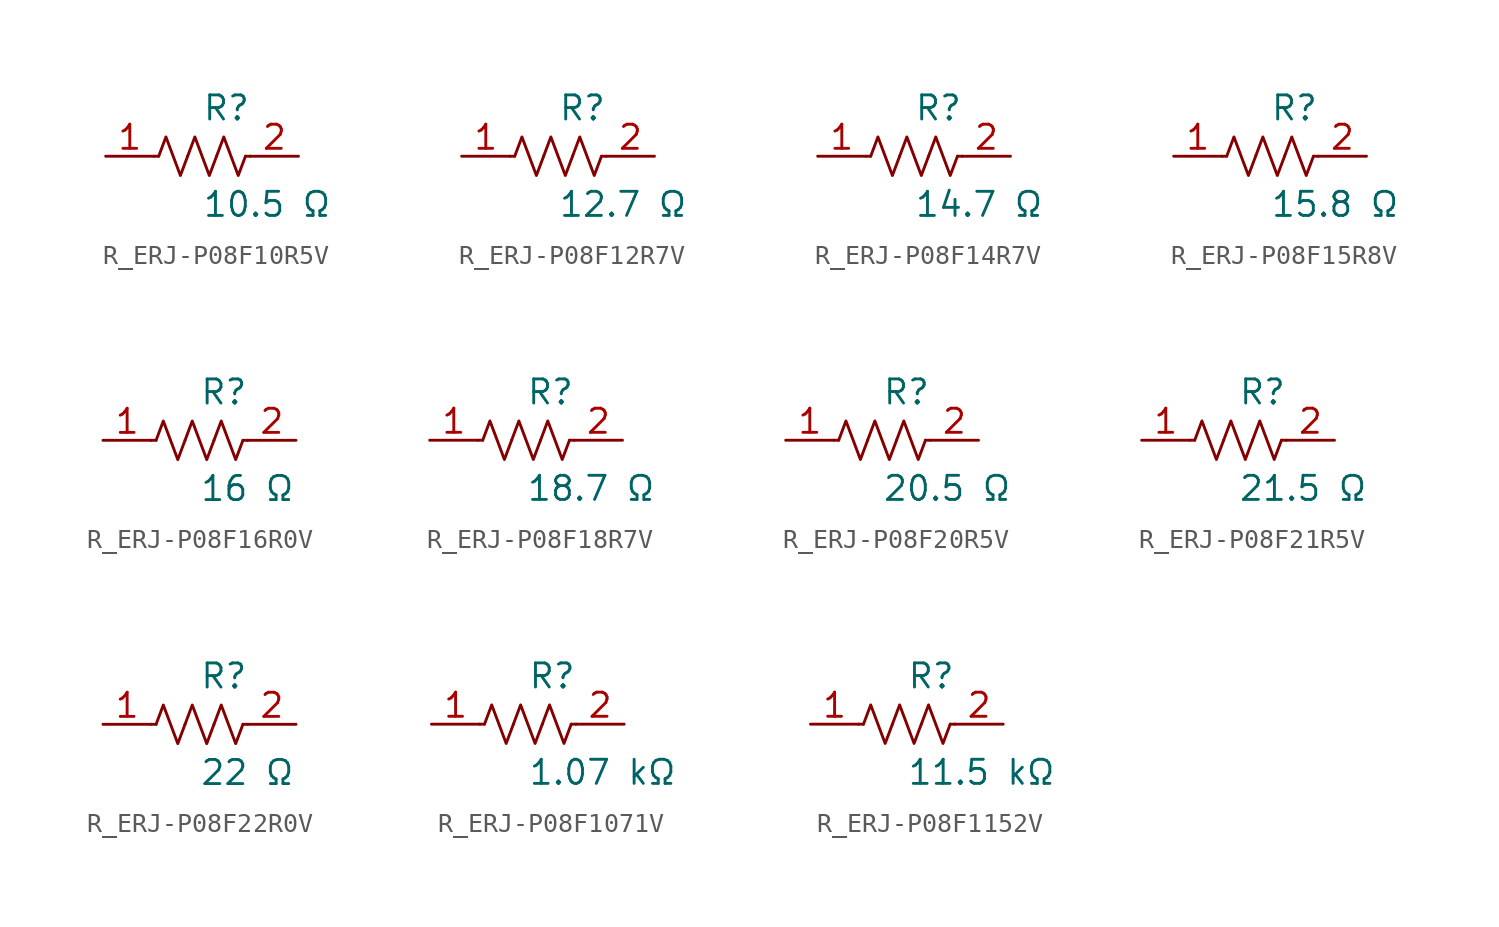
<source format=kicad_sym>
(kicad_symbol_lib
  (version 20231120)
  (generator kicad_symbol_editor)
  (generator_version 8.0)
  (symbol "R_ERJ-P08F10R5V"
    (pin_names
      (offset 0.254))
    (property "Reference" "R"
      (at 0.0 2.54 0)
      (effects (font (size 1.27 1.27)) (justify left)))
    (property "Value" "10.5 Ω"
      (at 0.0 -2.54 0)
      (effects (font (size 1.27 1.27)) (justify left)))
    (symbol "R_ERJ-P08F10R5V_0_1"
      (polyline (pts (xy 2.286 0) (xy 2.54 0)) (stroke (width 0) (type default)) (fill (type none)))
      (polyline (pts (xy -2.286 0) (xy -2.54 0)) (stroke (width 0) (type default)) (fill (type none)))
      (polyline (pts (xy 0.762 0) (xy 1.143 1.016) (xy 1.524 0) (xy 1.905 -1.016) (xy 2.286 0)) (stroke (width 0) (type default)) (fill (type none)))
      (polyline (pts (xy -0.762 0) (xy -0.381 1.016) (xy 0 0) (xy 0.381 -1.016) (xy 0.762 0)) (stroke (width 0) (type default)) (fill (type none)))
      (polyline (pts (xy -2.286 0) (xy -1.905 1.016) (xy -1.524 0) (xy -1.143 -1.016) (xy -0.762 0)) (stroke (width 0) (type default)) (fill (type none))))
    (pin unspecified line
      (at -5.08 0 0)
      (length 2.54)
      (name "" (effects (font (size 1.27 1.27))))
      (number "1" (effects (font (size 1.27 1.27)))))
    (pin unspecified line
      (at 5.08 0 180)
      (length 2.54)
      (name "" (effects (font (size 1.27 1.27))))
      (number "2" (effects (font (size 1.27 1.27))))))
  (symbol "R_ERJ-P08F12R7V"
    (pin_names
      (offset 0.254))
    (property "Reference" "R"
      (at 0.0 2.54 0)
      (effects (font (size 1.27 1.27)) (justify left)))
    (property "Value" "12.7 Ω"
      (at 0.0 -2.54 0)
      (effects (font (size 1.27 1.27)) (justify left)))
    (symbol "R_ERJ-P08F12R7V_0_1"
      (polyline (pts (xy 2.286 0) (xy 2.54 0)) (stroke (width 0) (type default)) (fill (type none)))
      (polyline (pts (xy -2.286 0) (xy -2.54 0)) (stroke (width 0) (type default)) (fill (type none)))
      (polyline (pts (xy 0.762 0) (xy 1.143 1.016) (xy 1.524 0) (xy 1.905 -1.016) (xy 2.286 0)) (stroke (width 0) (type default)) (fill (type none)))
      (polyline (pts (xy -0.762 0) (xy -0.381 1.016) (xy 0 0) (xy 0.381 -1.016) (xy 0.762 0)) (stroke (width 0) (type default)) (fill (type none)))
      (polyline (pts (xy -2.286 0) (xy -1.905 1.016) (xy -1.524 0) (xy -1.143 -1.016) (xy -0.762 0)) (stroke (width 0) (type default)) (fill (type none))))
    (pin unspecified line
      (at -5.08 0 0)
      (length 2.54)
      (name "" (effects (font (size 1.27 1.27))))
      (number "1" (effects (font (size 1.27 1.27)))))
    (pin unspecified line
      (at 5.08 0 180)
      (length 2.54)
      (name "" (effects (font (size 1.27 1.27))))
      (number "2" (effects (font (size 1.27 1.27))))))
  (symbol "R_ERJ-P08F14R7V"
    (pin_names
      (offset 0.254))
    (property "Reference" "R"
      (at 0.0 2.54 0)
      (effects (font (size 1.27 1.27)) (justify left)))
    (property "Value" "14.7 Ω"
      (at 0.0 -2.54 0)
      (effects (font (size 1.27 1.27)) (justify left)))
    (symbol "R_ERJ-P08F14R7V_0_1"
      (polyline (pts (xy 2.286 0) (xy 2.54 0)) (stroke (width 0) (type default)) (fill (type none)))
      (polyline (pts (xy -2.286 0) (xy -2.54 0)) (stroke (width 0) (type default)) (fill (type none)))
      (polyline (pts (xy 0.762 0) (xy 1.143 1.016) (xy 1.524 0) (xy 1.905 -1.016) (xy 2.286 0)) (stroke (width 0) (type default)) (fill (type none)))
      (polyline (pts (xy -0.762 0) (xy -0.381 1.016) (xy 0 0) (xy 0.381 -1.016) (xy 0.762 0)) (stroke (width 0) (type default)) (fill (type none)))
      (polyline (pts (xy -2.286 0) (xy -1.905 1.016) (xy -1.524 0) (xy -1.143 -1.016) (xy -0.762 0)) (stroke (width 0) (type default)) (fill (type none))))
    (pin unspecified line
      (at -5.08 0 0)
      (length 2.54)
      (name "" (effects (font (size 1.27 1.27))))
      (number "1" (effects (font (size 1.27 1.27)))))
    (pin unspecified line
      (at 5.08 0 180)
      (length 2.54)
      (name "" (effects (font (size 1.27 1.27))))
      (number "2" (effects (font (size 1.27 1.27))))))
  (symbol "R_ERJ-P08F15R8V"
    (pin_names
      (offset 0.254))
    (property "Reference" "R"
      (at 0.0 2.54 0)
      (effects (font (size 1.27 1.27)) (justify left)))
    (property "Value" "15.8 Ω"
      (at 0.0 -2.54 0)
      (effects (font (size 1.27 1.27)) (justify left)))
    (symbol "R_ERJ-P08F15R8V_0_1"
      (polyline (pts (xy 2.286 0) (xy 2.54 0)) (stroke (width 0) (type default)) (fill (type none)))
      (polyline (pts (xy -2.286 0) (xy -2.54 0)) (stroke (width 0) (type default)) (fill (type none)))
      (polyline (pts (xy 0.762 0) (xy 1.143 1.016) (xy 1.524 0) (xy 1.905 -1.016) (xy 2.286 0)) (stroke (width 0) (type default)) (fill (type none)))
      (polyline (pts (xy -0.762 0) (xy -0.381 1.016) (xy 0 0) (xy 0.381 -1.016) (xy 0.762 0)) (stroke (width 0) (type default)) (fill (type none)))
      (polyline (pts (xy -2.286 0) (xy -1.905 1.016) (xy -1.524 0) (xy -1.143 -1.016) (xy -0.762 0)) (stroke (width 0) (type default)) (fill (type none))))
    (pin unspecified line
      (at -5.08 0 0)
      (length 2.54)
      (name "" (effects (font (size 1.27 1.27))))
      (number "1" (effects (font (size 1.27 1.27)))))
    (pin unspecified line
      (at 5.08 0 180)
      (length 2.54)
      (name "" (effects (font (size 1.27 1.27))))
      (number "2" (effects (font (size 1.27 1.27))))))
  (symbol "R_ERJ-P08F16R0V"
    (pin_names
      (offset 0.254))
    (property "Reference" "R"
      (at 0.0 2.54 0)
      (effects (font (size 1.27 1.27)) (justify left)))
    (property "Value" "16 Ω"
      (at 0.0 -2.54 0)
      (effects (font (size 1.27 1.27)) (justify left)))
    (symbol "R_ERJ-P08F16R0V_0_1"
      (polyline (pts (xy 2.286 0) (xy 2.54 0)) (stroke (width 0) (type default)) (fill (type none)))
      (polyline (pts (xy -2.286 0) (xy -2.54 0)) (stroke (width 0) (type default)) (fill (type none)))
      (polyline (pts (xy 0.762 0) (xy 1.143 1.016) (xy 1.524 0) (xy 1.905 -1.016) (xy 2.286 0)) (stroke (width 0) (type default)) (fill (type none)))
      (polyline (pts (xy -0.762 0) (xy -0.381 1.016) (xy 0 0) (xy 0.381 -1.016) (xy 0.762 0)) (stroke (width 0) (type default)) (fill (type none)))
      (polyline (pts (xy -2.286 0) (xy -1.905 1.016) (xy -1.524 0) (xy -1.143 -1.016) (xy -0.762 0)) (stroke (width 0) (type default)) (fill (type none))))
    (pin unspecified line
      (at -5.08 0 0)
      (length 2.54)
      (name "" (effects (font (size 1.27 1.27))))
      (number "1" (effects (font (size 1.27 1.27)))))
    (pin unspecified line
      (at 5.08 0 180)
      (length 2.54)
      (name "" (effects (font (size 1.27 1.27))))
      (number "2" (effects (font (size 1.27 1.27))))))
  (symbol "R_ERJ-P08F18R7V"
    (pin_names
      (offset 0.254))
    (property "Reference" "R"
      (at 0.0 2.54 0)
      (effects (font (size 1.27 1.27)) (justify left)))
    (property "Value" "18.7 Ω"
      (at 0.0 -2.54 0)
      (effects (font (size 1.27 1.27)) (justify left)))
    (symbol "R_ERJ-P08F18R7V_0_1"
      (polyline (pts (xy 2.286 0) (xy 2.54 0)) (stroke (width 0) (type default)) (fill (type none)))
      (polyline (pts (xy -2.286 0) (xy -2.54 0)) (stroke (width 0) (type default)) (fill (type none)))
      (polyline (pts (xy 0.762 0) (xy 1.143 1.016) (xy 1.524 0) (xy 1.905 -1.016) (xy 2.286 0)) (stroke (width 0) (type default)) (fill (type none)))
      (polyline (pts (xy -0.762 0) (xy -0.381 1.016) (xy 0 0) (xy 0.381 -1.016) (xy 0.762 0)) (stroke (width 0) (type default)) (fill (type none)))
      (polyline (pts (xy -2.286 0) (xy -1.905 1.016) (xy -1.524 0) (xy -1.143 -1.016) (xy -0.762 0)) (stroke (width 0) (type default)) (fill (type none))))
    (pin unspecified line
      (at -5.08 0 0)
      (length 2.54)
      (name "" (effects (font (size 1.27 1.27))))
      (number "1" (effects (font (size 1.27 1.27)))))
    (pin unspecified line
      (at 5.08 0 180)
      (length 2.54)
      (name "" (effects (font (size 1.27 1.27))))
      (number "2" (effects (font (size 1.27 1.27))))))
  (symbol "R_ERJ-P08F20R5V"
    (pin_names
      (offset 0.254))
    (property "Reference" "R"
      (at 0.0 2.54 0)
      (effects (font (size 1.27 1.27)) (justify left)))
    (property "Value" "20.5 Ω"
      (at 0.0 -2.54 0)
      (effects (font (size 1.27 1.27)) (justify left)))
    (symbol "R_ERJ-P08F20R5V_0_1"
      (polyline (pts (xy 2.286 0) (xy 2.54 0)) (stroke (width 0) (type default)) (fill (type none)))
      (polyline (pts (xy -2.286 0) (xy -2.54 0)) (stroke (width 0) (type default)) (fill (type none)))
      (polyline (pts (xy 0.762 0) (xy 1.143 1.016) (xy 1.524 0) (xy 1.905 -1.016) (xy 2.286 0)) (stroke (width 0) (type default)) (fill (type none)))
      (polyline (pts (xy -0.762 0) (xy -0.381 1.016) (xy 0 0) (xy 0.381 -1.016) (xy 0.762 0)) (stroke (width 0) (type default)) (fill (type none)))
      (polyline (pts (xy -2.286 0) (xy -1.905 1.016) (xy -1.524 0) (xy -1.143 -1.016) (xy -0.762 0)) (stroke (width 0) (type default)) (fill (type none))))
    (pin unspecified line
      (at -5.08 0 0)
      (length 2.54)
      (name "" (effects (font (size 1.27 1.27))))
      (number "1" (effects (font (size 1.27 1.27)))))
    (pin unspecified line
      (at 5.08 0 180)
      (length 2.54)
      (name "" (effects (font (size 1.27 1.27))))
      (number "2" (effects (font (size 1.27 1.27))))))
  (symbol "R_ERJ-P08F21R5V"
    (pin_names
      (offset 0.254))
    (property "Reference" "R"
      (at 0.0 2.54 0)
      (effects (font (size 1.27 1.27)) (justify left)))
    (property "Value" "21.5 Ω"
      (at 0.0 -2.54 0)
      (effects (font (size 1.27 1.27)) (justify left)))
    (symbol "R_ERJ-P08F21R5V_0_1"
      (polyline (pts (xy 2.286 0) (xy 2.54 0)) (stroke (width 0) (type default)) (fill (type none)))
      (polyline (pts (xy -2.286 0) (xy -2.54 0)) (stroke (width 0) (type default)) (fill (type none)))
      (polyline (pts (xy 0.762 0) (xy 1.143 1.016) (xy 1.524 0) (xy 1.905 -1.016) (xy 2.286 0)) (stroke (width 0) (type default)) (fill (type none)))
      (polyline (pts (xy -0.762 0) (xy -0.381 1.016) (xy 0 0) (xy 0.381 -1.016) (xy 0.762 0)) (stroke (width 0) (type default)) (fill (type none)))
      (polyline (pts (xy -2.286 0) (xy -1.905 1.016) (xy -1.524 0) (xy -1.143 -1.016) (xy -0.762 0)) (stroke (width 0) (type default)) (fill (type none))))
    (pin unspecified line
      (at -5.08 0 0)
      (length 2.54)
      (name "" (effects (font (size 1.27 1.27))))
      (number "1" (effects (font (size 1.27 1.27)))))
    (pin unspecified line
      (at 5.08 0 180)
      (length 2.54)
      (name "" (effects (font (size 1.27 1.27))))
      (number "2" (effects (font (size 1.27 1.27))))))
  (symbol "R_ERJ-P08F22R0V"
    (pin_names
      (offset 0.254))
    (property "Reference" "R"
      (at 0.0 2.54 0)
      (effects (font (size 1.27 1.27)) (justify left)))
    (property "Value" "22 Ω"
      (at 0.0 -2.54 0)
      (effects (font (size 1.27 1.27)) (justify left)))
    (symbol "R_ERJ-P08F22R0V_0_1"
      (polyline (pts (xy 2.286 0) (xy 2.54 0)) (stroke (width 0) (type default)) (fill (type none)))
      (polyline (pts (xy -2.286 0) (xy -2.54 0)) (stroke (width 0) (type default)) (fill (type none)))
      (polyline (pts (xy 0.762 0) (xy 1.143 1.016) (xy 1.524 0) (xy 1.905 -1.016) (xy 2.286 0)) (stroke (width 0) (type default)) (fill (type none)))
      (polyline (pts (xy -0.762 0) (xy -0.381 1.016) (xy 0 0) (xy 0.381 -1.016) (xy 0.762 0)) (stroke (width 0) (type default)) (fill (type none)))
      (polyline (pts (xy -2.286 0) (xy -1.905 1.016) (xy -1.524 0) (xy -1.143 -1.016) (xy -0.762 0)) (stroke (width 0) (type default)) (fill (type none))))
    (pin unspecified line
      (at -5.08 0 0)
      (length 2.54)
      (name "" (effects (font (size 1.27 1.27))))
      (number "1" (effects (font (size 1.27 1.27)))))
    (pin unspecified line
      (at 5.08 0 180)
      (length 2.54)
      (name "" (effects (font (size 1.27 1.27))))
      (number "2" (effects (font (size 1.27 1.27))))))
  (symbol "R_ERJ-P08F1071V"
    (pin_names
      (offset 0.254))
    (property "Reference" "R"
      (at 0.0 2.54 0)
      (effects (font (size 1.27 1.27)) (justify left)))
    (property "Value" "1.07 kΩ"
      (at 0.0 -2.54 0)
      (effects (font (size 1.27 1.27)) (justify left)))
    (symbol "R_ERJ-P08F1071V_0_1"
      (polyline (pts (xy 2.286 0) (xy 2.54 0)) (stroke (width 0) (type default)) (fill (type none)))
      (polyline (pts (xy -2.286 0) (xy -2.54 0)) (stroke (width 0) (type default)) (fill (type none)))
      (polyline (pts (xy 0.762 0) (xy 1.143 1.016) (xy 1.524 0) (xy 1.905 -1.016) (xy 2.286 0)) (stroke (width 0) (type default)) (fill (type none)))
      (polyline (pts (xy -0.762 0) (xy -0.381 1.016) (xy 0 0) (xy 0.381 -1.016) (xy 0.762 0)) (stroke (width 0) (type default)) (fill (type none)))
      (polyline (pts (xy -2.286 0) (xy -1.905 1.016) (xy -1.524 0) (xy -1.143 -1.016) (xy -0.762 0)) (stroke (width 0) (type default)) (fill (type none))))
    (pin unspecified line
      (at -5.08 0 0)
      (length 2.54)
      (name "" (effects (font (size 1.27 1.27))))
      (number "1" (effects (font (size 1.27 1.27)))))
    (pin unspecified line
      (at 5.08 0 180)
      (length 2.54)
      (name "" (effects (font (size 1.27 1.27))))
      (number "2" (effects (font (size 1.27 1.27))))))
  (symbol "R_ERJ-P08F1152V"
    (pin_names
      (offset 0.254))
    (property "Reference" "R"
      (at 0.0 2.54 0)
      (effects (font (size 1.27 1.27)) (justify left)))
    (property "Value" "11.5 kΩ"
      (at 0.0 -2.54 0)
      (effects (font (size 1.27 1.27)) (justify left)))
    (symbol "R_ERJ-P08F1152V_0_1"
      (polyline (pts (xy 2.286 0) (xy 2.54 0)) (stroke (width 0) (type default)) (fill (type none)))
      (polyline (pts (xy -2.286 0) (xy -2.54 0)) (stroke (width 0) (type default)) (fill (type none)))
      (polyline (pts (xy 0.762 0) (xy 1.143 1.016) (xy 1.524 0) (xy 1.905 -1.016) (xy 2.286 0)) (stroke (width 0) (type default)) (fill (type none)))
      (polyline (pts (xy -0.762 0) (xy -0.381 1.016) (xy 0 0) (xy 0.381 -1.016) (xy 0.762 0)) (stroke (width 0) (type default)) (fill (type none)))
      (polyline (pts (xy -2.286 0) (xy -1.905 1.016) (xy -1.524 0) (xy -1.143 -1.016) (xy -0.762 0)) (stroke (width 0) (type default)) (fill (type none))))
    (pin unspecified line
      (at -5.08 0 0)
      (length 2.54)
      (name "" (effects (font (size 1.27 1.27))))
      (number "1" (effects (font (size 1.27 1.27)))))
    (pin unspecified line
      (at 5.08 0 180)
      (length 2.54)
      (name "" (effects (font (size 1.27 1.27))))
      (number "2" (effects (font (size 1.27 1.27)))))))
</source>
